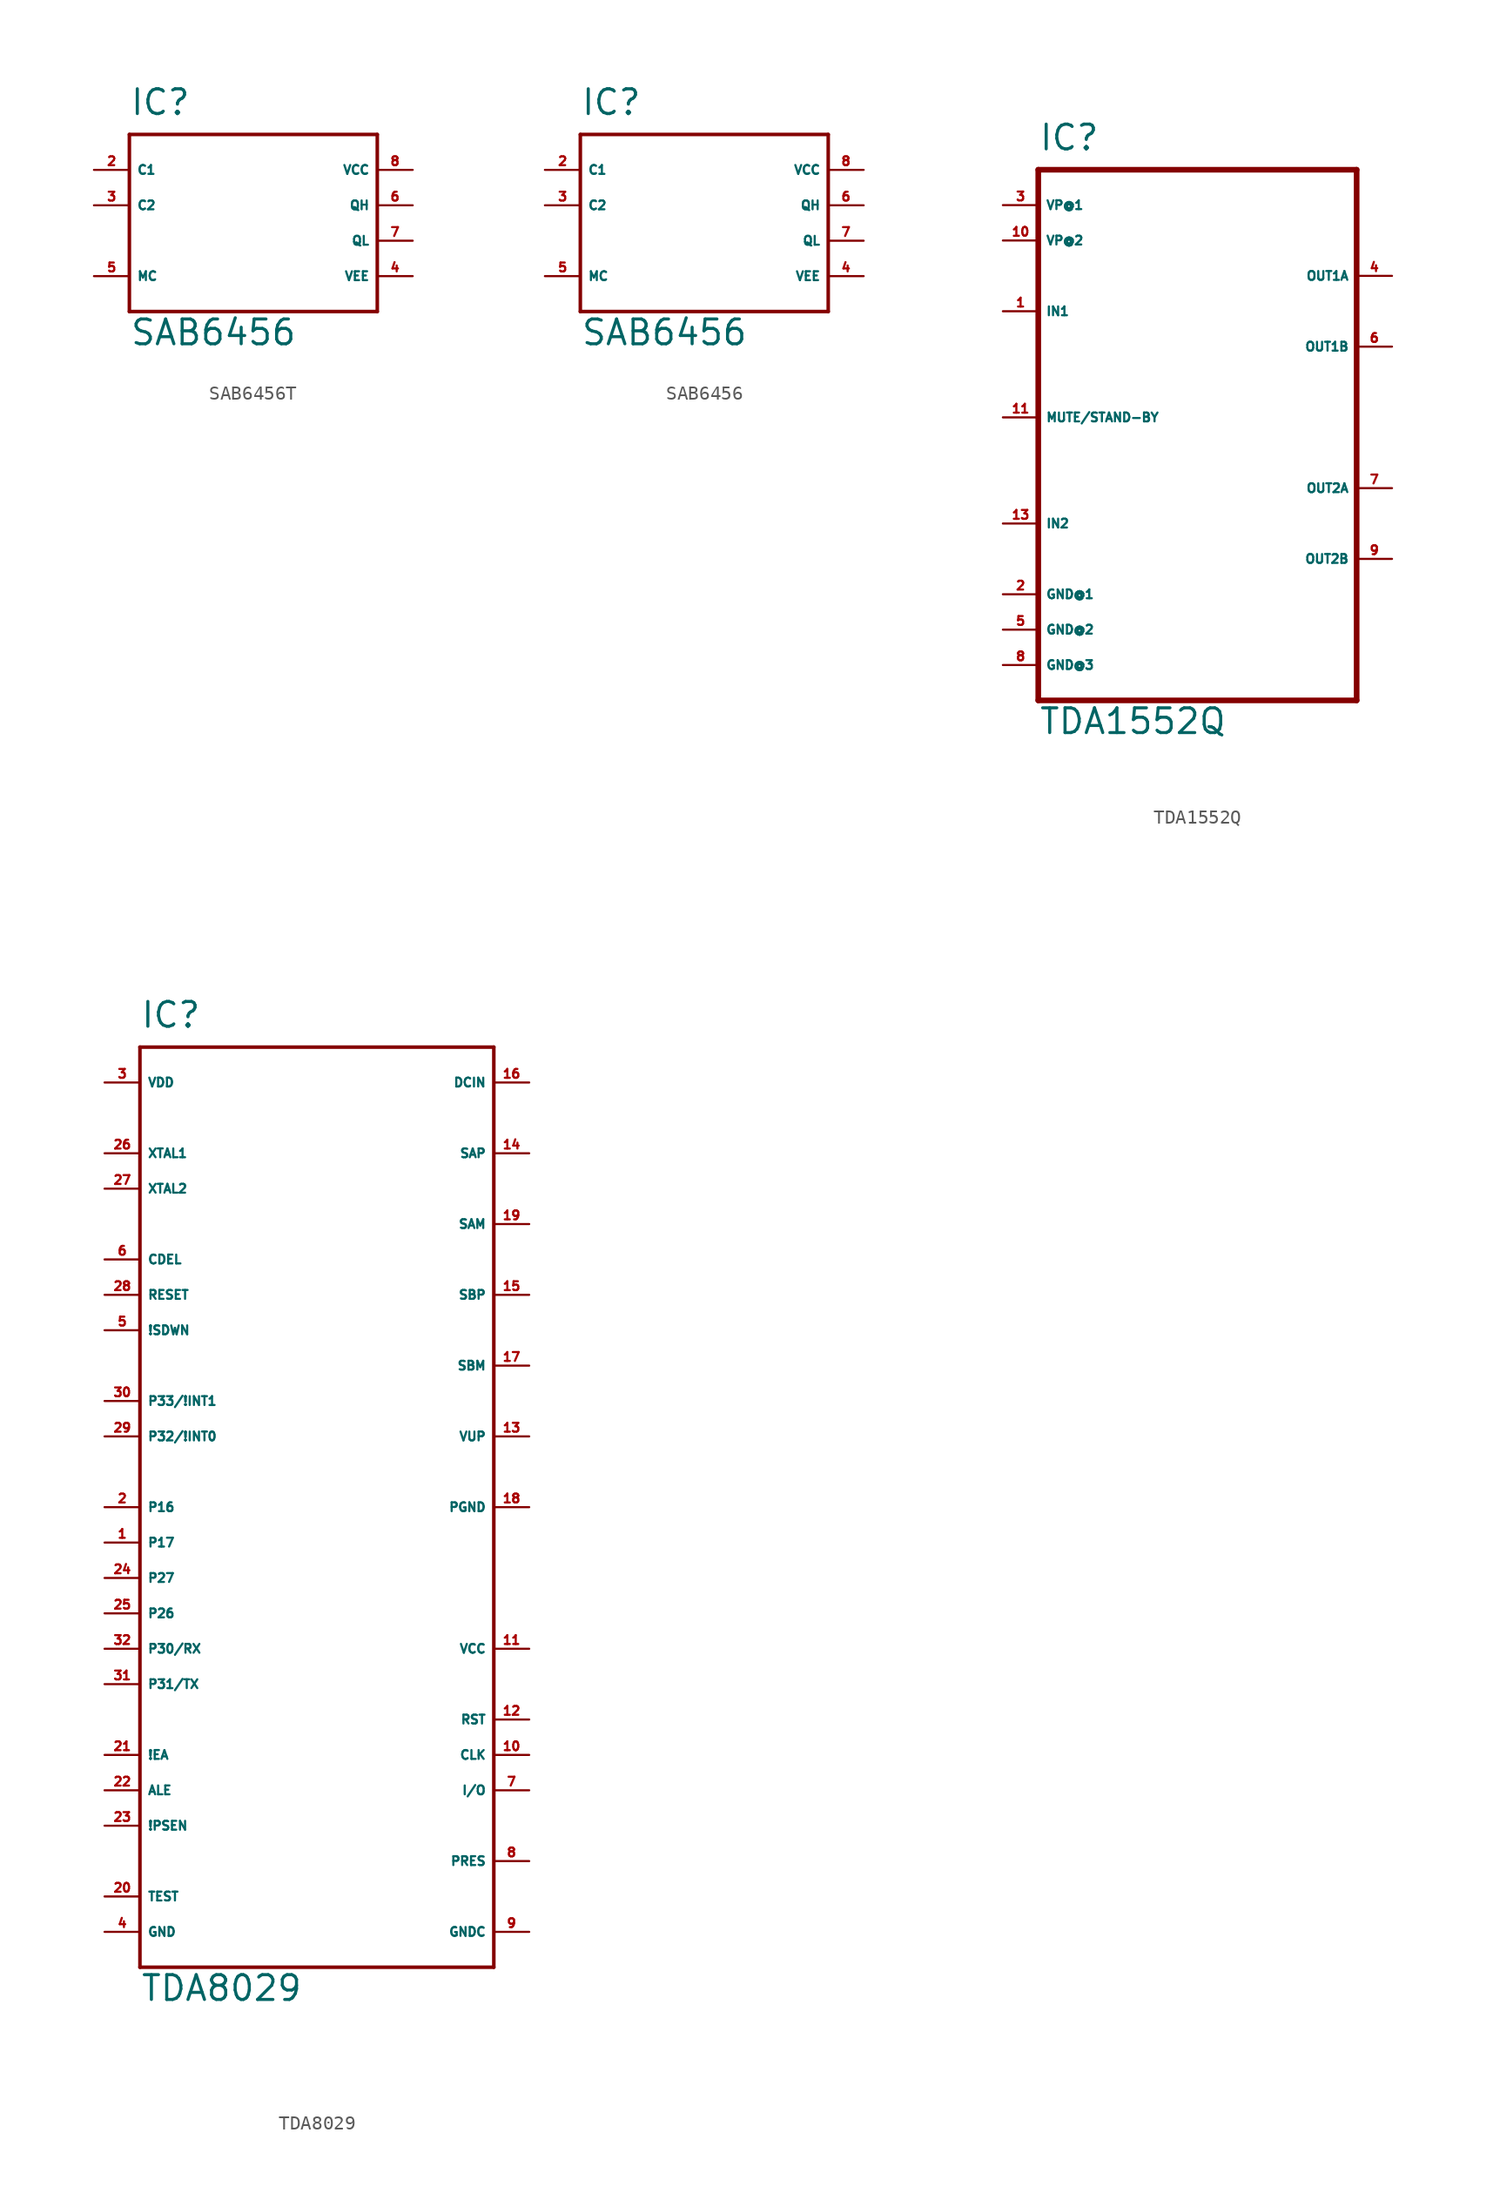
<source format=kicad_sym>
(kicad_symbol_lib
  (version 20220914)
  (generator Eagle2Kicad)
  (symbol "SAB6456T"
    (property "Reference" "IC"
      (at -7.62 8.89 0)
      (effects (font (size 1.778 1.778) (thickness 0.22)) (justify left bottom)))
    (property "Value" "SAB6456"
      (at -7.62 -7.62 0)
      (effects (font (size 1.778 1.778) (thickness 0.22)) (justify left bottom)))
    (polyline
      (pts (xy -7.62 7.62) (xy 10.16 7.62))
      (stroke (width 0.254) (type default))
      (fill (type none)))
    (polyline
      (pts (xy 10.16 7.62) (xy 10.16 -5.08))
      (stroke (width 0.254) (type default))
      (fill (type none)))
    (polyline
      (pts (xy 10.16 -5.08) (xy -7.62 -5.08))
      (stroke (width 0.254) (type default))
      (fill (type none)))
    (polyline
      (pts (xy -7.62 -5.08) (xy -7.62 7.62))
      (stroke (width 0.254) (type default))
      (fill (type none)))
    (pin input line
      (at -10.16 5.08 0)
      (length 2.54)
      (name "C1" (effects (font (size 0.635 0.635) (thickness 0.08)) (justify left bottom)))
      (number "2" (effects (font (size 0.635 0.635) (thickness 0.08)) (justify left bottom))))
    (pin unspecified line
      (at 12.7 5.08 180)
      (length 2.54)
      (name "VCC" (effects (font (size 0.635 0.635) (thickness 0.08)) (justify left bottom)))
      (number "8" (effects (font (size 0.635 0.635) (thickness 0.08)) (justify left bottom))))
    (pin input line
      (at -10.16 -2.54 0)
      (length 2.54)
      (name "MC" (effects (font (size 0.635 0.635) (thickness 0.08)) (justify left bottom)))
      (number "5" (effects (font (size 0.635 0.635) (thickness 0.08)) (justify left bottom))))
    (pin output line
      (at 12.7 2.54 180)
      (length 2.54)
      (name "QH" (effects (font (size 0.635 0.635) (thickness 0.08)) (justify left bottom)))
      (number "6" (effects (font (size 0.635 0.635) (thickness 0.08)) (justify left bottom))))
    (pin unspecified line
      (at 12.7 -2.54 180)
      (length 2.54)
      (name "VEE" (effects (font (size 0.635 0.635) (thickness 0.08)) (justify left bottom)))
      (number "4" (effects (font (size 0.635 0.635) (thickness 0.08)) (justify left bottom))))
    (pin output line
      (at 12.7 0 180)
      (length 2.54)
      (name "QL" (effects (font (size 0.635 0.635) (thickness 0.08)) (justify left bottom)))
      (number "7" (effects (font (size 0.635 0.635) (thickness 0.08)) (justify left bottom))))
    (pin input line
      (at -10.16 2.54 0)
      (length 2.54)
      (name "C2" (effects (font (size 0.635 0.635) (thickness 0.08)) (justify left bottom)))
      (number "3" (effects (font (size 0.635 0.635) (thickness 0.08)) (justify left bottom)))))
  (symbol "SAB6456"
    (property "Reference" "IC"
      (at -7.62 8.89 0)
      (effects (font (size 1.778 1.778) (thickness 0.22)) (justify left bottom)))
    (property "Value" "SAB6456"
      (at -7.62 -7.62 0)
      (effects (font (size 1.778 1.778) (thickness 0.22)) (justify left bottom)))
    (polyline
      (pts (xy -7.62 7.62) (xy 10.16 7.62))
      (stroke (width 0.254) (type default))
      (fill (type none)))
    (polyline
      (pts (xy 10.16 7.62) (xy 10.16 -5.08))
      (stroke (width 0.254) (type default))
      (fill (type none)))
    (polyline
      (pts (xy 10.16 -5.08) (xy -7.62 -5.08))
      (stroke (width 0.254) (type default))
      (fill (type none)))
    (polyline
      (pts (xy -7.62 -5.08) (xy -7.62 7.62))
      (stroke (width 0.254) (type default))
      (fill (type none)))
    (pin input line
      (at -10.16 5.08 0)
      (length 2.54)
      (name "C1" (effects (font (size 0.635 0.635) (thickness 0.08)) (justify left bottom)))
      (number "2" (effects (font (size 0.635 0.635) (thickness 0.08)) (justify left bottom))))
    (pin unspecified line
      (at 12.7 5.08 180)
      (length 2.54)
      (name "VCC" (effects (font (size 0.635 0.635) (thickness 0.08)) (justify left bottom)))
      (number "8" (effects (font (size 0.635 0.635) (thickness 0.08)) (justify left bottom))))
    (pin input line
      (at -10.16 -2.54 0)
      (length 2.54)
      (name "MC" (effects (font (size 0.635 0.635) (thickness 0.08)) (justify left bottom)))
      (number "5" (effects (font (size 0.635 0.635) (thickness 0.08)) (justify left bottom))))
    (pin output line
      (at 12.7 2.54 180)
      (length 2.54)
      (name "QH" (effects (font (size 0.635 0.635) (thickness 0.08)) (justify left bottom)))
      (number "6" (effects (font (size 0.635 0.635) (thickness 0.08)) (justify left bottom))))
    (pin unspecified line
      (at 12.7 -2.54 180)
      (length 2.54)
      (name "VEE" (effects (font (size 0.635 0.635) (thickness 0.08)) (justify left bottom)))
      (number "4" (effects (font (size 0.635 0.635) (thickness 0.08)) (justify left bottom))))
    (pin output line
      (at 12.7 0 180)
      (length 2.54)
      (name "QL" (effects (font (size 0.635 0.635) (thickness 0.08)) (justify left bottom)))
      (number "7" (effects (font (size 0.635 0.635) (thickness 0.08)) (justify left bottom))))
    (pin input line
      (at -10.16 2.54 0)
      (length 2.54)
      (name "C2" (effects (font (size 0.635 0.635) (thickness 0.08)) (justify left bottom)))
      (number "3" (effects (font (size 0.635 0.635) (thickness 0.08)) (justify left bottom)))))
  (symbol "TDA1552Q"
    (property "Reference" "IC"
      (at -10.16 19.05 0)
      (effects (font (size 1.778 1.778) (thickness 0.22)) (justify left bottom)))
    (property "Value" "TDA1552Q"
      (at -10.16 -22.86 0)
      (effects (font (size 1.778 1.778) (thickness 0.22)) (justify left bottom)))
    (polyline
      (pts (xy -10.16 17.78) (xy 12.7 17.78))
      (stroke (width 0.406) (type default))
      (fill (type none)))
    (polyline
      (pts (xy 12.7 17.78) (xy 12.7 -20.32))
      (stroke (width 0.406) (type default))
      (fill (type none)))
    (polyline
      (pts (xy 12.7 -20.32) (xy -10.16 -20.32))
      (stroke (width 0.406) (type default))
      (fill (type none)))
    (polyline
      (pts (xy -10.16 -20.32) (xy -10.16 17.78))
      (stroke (width 0.406) (type default))
      (fill (type none)))
    (pin input line
      (at -12.7 7.62 0)
      (length 2.54)
      (name "IN1" (effects (font (size 0.635 0.635) (thickness 0.08)) (justify left bottom)))
      (number "1" (effects (font (size 0.635 0.635) (thickness 0.08)) (justify left bottom))))
    (pin input line
      (at -12.7 -7.62 0)
      (length 2.54)
      (name "IN2" (effects (font (size 0.635 0.635) (thickness 0.08)) (justify left bottom)))
      (number "13" (effects (font (size 0.635 0.635) (thickness 0.08)) (justify left bottom))))
    (pin input line
      (at -12.7 15.24 0)
      (length 2.54)
      (name "VP@1" (effects (font (size 0.635 0.635) (thickness 0.08)) (justify left bottom)))
      (number "3" (effects (font (size 0.635 0.635) (thickness 0.08)) (justify left bottom))))
    (pin input line
      (at -12.7 12.7 0)
      (length 2.54)
      (name "VP@2" (effects (font (size 0.635 0.635) (thickness 0.08)) (justify left bottom)))
      (number "10" (effects (font (size 0.635 0.635) (thickness 0.08)) (justify left bottom))))
    (pin input line
      (at -12.7 0 0)
      (length 2.54)
      (name "MUTE/STAND-BY" (effects (font (size 0.635 0.635) (thickness 0.08)) (justify left bottom)))
      (number "11" (effects (font (size 0.635 0.635) (thickness 0.08)) (justify left bottom))))
    (pin unspecified line
      (at -12.7 -12.7 0)
      (length 2.54)
      (name "GND@1" (effects (font (size 0.635 0.635) (thickness 0.08)) (justify left bottom)))
      (number "2" (effects (font (size 0.635 0.635) (thickness 0.08)) (justify left bottom))))
    (pin unspecified line
      (at -12.7 -15.24 0)
      (length 2.54)
      (name "GND@2" (effects (font (size 0.635 0.635) (thickness 0.08)) (justify left bottom)))
      (number "5" (effects (font (size 0.635 0.635) (thickness 0.08)) (justify left bottom))))
    (pin output line
      (at 15.24 10.16 180)
      (length 2.54)
      (name "OUT1A" (effects (font (size 0.635 0.635) (thickness 0.08)) (justify left bottom)))
      (number "4" (effects (font (size 0.635 0.635) (thickness 0.08)) (justify left bottom))))
    (pin output line
      (at 15.24 5.08 180)
      (length 2.54)
      (name "OUT1B" (effects (font (size 0.635 0.635) (thickness 0.08)) (justify left bottom)))
      (number "6" (effects (font (size 0.635 0.635) (thickness 0.08)) (justify left bottom))))
    (pin output line
      (at 15.24 -5.08 180)
      (length 2.54)
      (name "OUT2A" (effects (font (size 0.635 0.635) (thickness 0.08)) (justify left bottom)))
      (number "7" (effects (font (size 0.635 0.635) (thickness 0.08)) (justify left bottom))))
    (pin output line
      (at 15.24 -10.16 180)
      (length 2.54)
      (name "OUT2B" (effects (font (size 0.635 0.635) (thickness 0.08)) (justify left bottom)))
      (number "9" (effects (font (size 0.635 0.635) (thickness 0.08)) (justify left bottom))))
    (pin unspecified line
      (at -12.7 -17.78 0)
      (length 2.54)
      (name "GND@3" (effects (font (size 0.635 0.635) (thickness 0.08)) (justify left bottom)))
      (number "8" (effects (font (size 0.635 0.635) (thickness 0.08)) (justify left bottom)))))
  (symbol "TDA8029"
    (property "Reference" "IC"
      (at -12.7 34.29 0)
      (effects (font (size 1.778 1.778) (thickness 0.22)) (justify left bottom)))
    (property "Value" "TDA8029"
      (at -12.7 -35.56 0)
      (effects (font (size 1.778 1.778) (thickness 0.22)) (justify left bottom)))
    (polyline
      (pts (xy -12.7 33.02) (xy 12.7 33.02))
      (stroke (width 0.254) (type default))
      (fill (type none)))
    (polyline
      (pts (xy 12.7 33.02) (xy 12.7 -33.02))
      (stroke (width 0.254) (type default))
      (fill (type none)))
    (polyline
      (pts (xy 12.7 -33.02) (xy -12.7 -33.02))
      (stroke (width 0.254) (type default))
      (fill (type none)))
    (polyline
      (pts (xy -12.7 -33.02) (xy -12.7 33.02))
      (stroke (width 0.254) (type default))
      (fill (type none)))
    (pin input line
      (at -15.24 15.24 0)
      (length 2.54)
      (name "RESET" (effects (font (size 0.635 0.635) (thickness 0.08)) (justify left bottom)))
      (number "28" (effects (font (size 0.635 0.635) (thickness 0.08)) (justify left bottom))))
    (pin input line
      (at -15.24 12.7 0)
      (length 2.54)
      (name "!SDWN" (effects (font (size 0.635 0.635) (thickness 0.08)) (justify left bottom)))
      (number "5" (effects (font (size 0.635 0.635) (thickness 0.08)) (justify left bottom))))
    (pin bidirectional line
      (at -15.24 7.62 0)
      (length 2.54)
      (name "P33/!INT1" (effects (font (size 0.635 0.635) (thickness 0.08)) (justify left bottom)))
      (number "30" (effects (font (size 0.635 0.635) (thickness 0.08)) (justify left bottom))))
    (pin bidirectional line
      (at -15.24 0 0)
      (length 2.54)
      (name "P16" (effects (font (size 0.635 0.635) (thickness 0.08)) (justify left bottom)))
      (number "2" (effects (font (size 0.635 0.635) (thickness 0.08)) (justify left bottom))))
    (pin bidirectional line
      (at -15.24 -2.54 0)
      (length 2.54)
      (name "P17" (effects (font (size 0.635 0.635) (thickness 0.08)) (justify left bottom)))
      (number "1" (effects (font (size 0.635 0.635) (thickness 0.08)) (justify left bottom))))
    (pin bidirectional line
      (at -15.24 -5.08 0)
      (length 2.54)
      (name "P27" (effects (font (size 0.635 0.635) (thickness 0.08)) (justify left bottom)))
      (number "24" (effects (font (size 0.635 0.635) (thickness 0.08)) (justify left bottom))))
    (pin bidirectional line
      (at -15.24 -7.62 0)
      (length 2.54)
      (name "P26" (effects (font (size 0.635 0.635) (thickness 0.08)) (justify left bottom)))
      (number "25" (effects (font (size 0.635 0.635) (thickness 0.08)) (justify left bottom))))
    (pin bidirectional line
      (at -15.24 -10.16 0)
      (length 2.54)
      (name "P30/RX" (effects (font (size 0.635 0.635) (thickness 0.08)) (justify left bottom)))
      (number "32" (effects (font (size 0.635 0.635) (thickness 0.08)) (justify left bottom))))
    (pin bidirectional line
      (at -15.24 -12.7 0)
      (length 2.54)
      (name "P31/TX" (effects (font (size 0.635 0.635) (thickness 0.08)) (justify left bottom)))
      (number "31" (effects (font (size 0.635 0.635) (thickness 0.08)) (justify left bottom))))
    (pin input line
      (at -15.24 -17.78 0)
      (length 2.54)
      (name "!EA" (effects (font (size 0.635 0.635) (thickness 0.08)) (justify left bottom)))
      (number "21" (effects (font (size 0.635 0.635) (thickness 0.08)) (justify left bottom))))
    (pin output line
      (at -15.24 -20.32 0)
      (length 2.54)
      (name "ALE" (effects (font (size 0.635 0.635) (thickness 0.08)) (justify left bottom)))
      (number "22" (effects (font (size 0.635 0.635) (thickness 0.08)) (justify left bottom))))
    (pin output line
      (at -15.24 -22.86 0)
      (length 2.54)
      (name "!PSEN" (effects (font (size 0.635 0.635) (thickness 0.08)) (justify left bottom)))
      (number "23" (effects (font (size 0.635 0.635) (thickness 0.08)) (justify left bottom))))
    (pin output line
      (at -15.24 5.08 0)
      (length 2.54)
      (name "P32/!INT0" (effects (font (size 0.635 0.635) (thickness 0.08)) (justify left bottom)))
      (number "29" (effects (font (size 0.635 0.635) (thickness 0.08)) (justify left bottom))))
    (pin passive line
      (at -15.24 -27.94 0)
      (length 2.54)
      (name "TEST" (effects (font (size 0.635 0.635) (thickness 0.08)) (justify left bottom)))
      (number "20" (effects (font (size 0.635 0.635) (thickness 0.08)) (justify left bottom))))
    (pin input line
      (at -15.24 25.4 0)
      (length 2.54)
      (name "XTAL1" (effects (font (size 0.635 0.635) (thickness 0.08)) (justify left bottom)))
      (number "26" (effects (font (size 0.635 0.635) (thickness 0.08)) (justify left bottom))))
    (pin output line
      (at -15.24 22.86 0)
      (length 2.54)
      (name "XTAL2" (effects (font (size 0.635 0.635) (thickness 0.08)) (justify left bottom)))
      (number "27" (effects (font (size 0.635 0.635) (thickness 0.08)) (justify left bottom))))
    (pin unspecified line
      (at -15.24 -30.48 0)
      (length 2.54)
      (name "GND" (effects (font (size 0.635 0.635) (thickness 0.08)) (justify left bottom)))
      (number "4" (effects (font (size 0.635 0.635) (thickness 0.08)) (justify left bottom))))
    (pin input line
      (at 15.24 -25.4 180)
      (length 2.54)
      (name "PRES" (effects (font (size 0.635 0.635) (thickness 0.08)) (justify left bottom)))
      (number "8" (effects (font (size 0.635 0.635) (thickness 0.08)) (justify left bottom))))
    (pin bidirectional line
      (at 15.24 -20.32 180)
      (length 2.54)
      (name "I/O" (effects (font (size 0.635 0.635) (thickness 0.08)) (justify left bottom)))
      (number "7" (effects (font (size 0.635 0.635) (thickness 0.08)) (justify left bottom))))
    (pin output line
      (at 15.24 -17.78 180)
      (length 2.54)
      (name "CLK" (effects (font (size 0.635 0.635) (thickness 0.08)) (justify left bottom)))
      (number "10" (effects (font (size 0.635 0.635) (thickness 0.08)) (justify left bottom))))
    (pin output line
      (at 15.24 -15.24 180)
      (length 2.54)
      (name "RST" (effects (font (size 0.635 0.635) (thickness 0.08)) (justify left bottom)))
      (number "12" (effects (font (size 0.635 0.635) (thickness 0.08)) (justify left bottom))))
    (pin passive line
      (at 15.24 -30.48 180)
      (length 2.54)
      (name "GNDC" (effects (font (size 0.635 0.635) (thickness 0.08)) (justify left bottom)))
      (number "9" (effects (font (size 0.635 0.635) (thickness 0.08)) (justify left bottom))))
    (pin passive line
      (at 15.24 -10.16 180)
      (length 2.54)
      (name "VCC" (effects (font (size 0.635 0.635) (thickness 0.08)) (justify left bottom)))
      (number "11" (effects (font (size 0.635 0.635) (thickness 0.08)) (justify left bottom))))
    (pin passive line
      (at 15.24 30.48 180)
      (length 2.54)
      (name "DCIN" (effects (font (size 0.635 0.635) (thickness 0.08)) (justify left bottom)))
      (number "16" (effects (font (size 0.635 0.635) (thickness 0.08)) (justify left bottom))))
    (pin passive line
      (at 15.24 0 180)
      (length 2.54)
      (name "PGND" (effects (font (size 0.635 0.635) (thickness 0.08)) (justify left bottom)))
      (number "18" (effects (font (size 0.635 0.635) (thickness 0.08)) (justify left bottom))))
    (pin passive line
      (at 15.24 5.08 180)
      (length 2.54)
      (name "VUP" (effects (font (size 0.635 0.635) (thickness 0.08)) (justify left bottom)))
      (number "13" (effects (font (size 0.635 0.635) (thickness 0.08)) (justify left bottom))))
    (pin passive line
      (at 15.24 15.24 180)
      (length 2.54)
      (name "SBP" (effects (font (size 0.635 0.635) (thickness 0.08)) (justify left bottom)))
      (number "15" (effects (font (size 0.635 0.635) (thickness 0.08)) (justify left bottom))))
    (pin passive line
      (at 15.24 10.16 180)
      (length 2.54)
      (name "SBM" (effects (font (size 0.635 0.635) (thickness 0.08)) (justify left bottom)))
      (number "17" (effects (font (size 0.635 0.635) (thickness 0.08)) (justify left bottom))))
    (pin passive line
      (at 15.24 25.4 180)
      (length 2.54)
      (name "SAP" (effects (font (size 0.635 0.635) (thickness 0.08)) (justify left bottom)))
      (number "14" (effects (font (size 0.635 0.635) (thickness 0.08)) (justify left bottom))))
    (pin passive line
      (at 15.24 20.32 180)
      (length 2.54)
      (name "SAM" (effects (font (size 0.635 0.635) (thickness 0.08)) (justify left bottom)))
      (number "19" (effects (font (size 0.635 0.635) (thickness 0.08)) (justify left bottom))))
    (pin unspecified line
      (at -15.24 30.48 0)
      (length 2.54)
      (name "VDD" (effects (font (size 0.635 0.635) (thickness 0.08)) (justify left bottom)))
      (number "3" (effects (font (size 0.635 0.635) (thickness 0.08)) (justify left bottom))))
    (pin passive line
      (at -15.24 17.78 0)
      (length 2.54)
      (name "CDEL" (effects (font (size 0.635 0.635) (thickness 0.08)) (justify left bottom)))
      (number "6" (effects (font (size 0.635 0.635) (thickness 0.08)) (justify left bottom))))))
</source>
